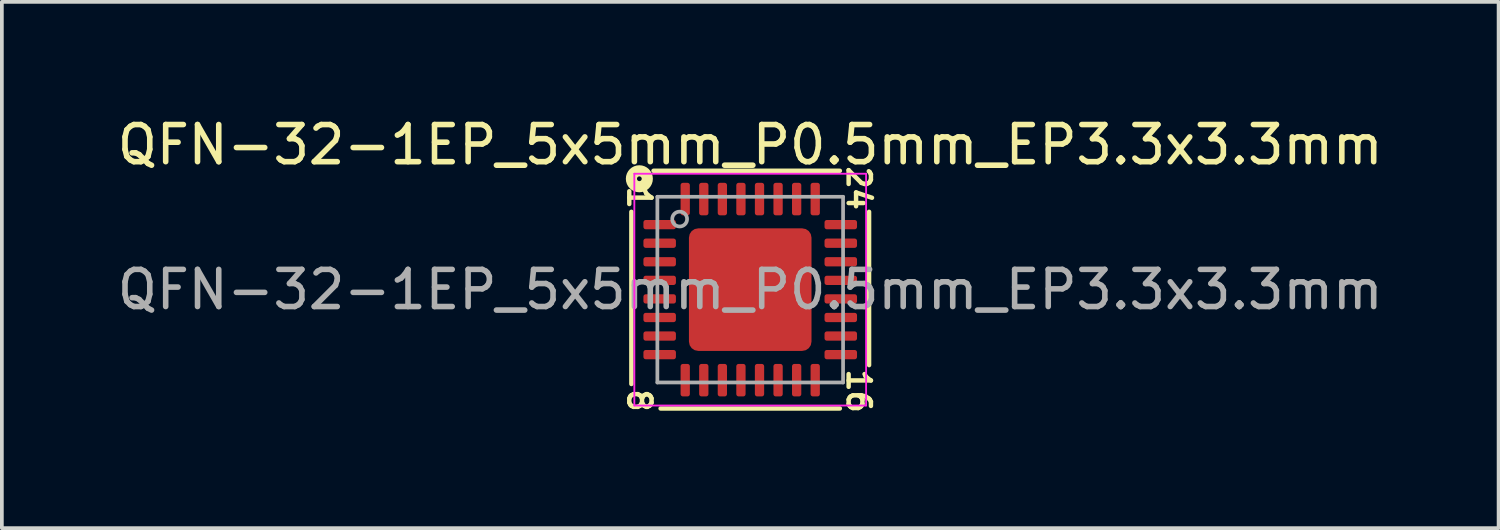
<source format=kicad_pcb>
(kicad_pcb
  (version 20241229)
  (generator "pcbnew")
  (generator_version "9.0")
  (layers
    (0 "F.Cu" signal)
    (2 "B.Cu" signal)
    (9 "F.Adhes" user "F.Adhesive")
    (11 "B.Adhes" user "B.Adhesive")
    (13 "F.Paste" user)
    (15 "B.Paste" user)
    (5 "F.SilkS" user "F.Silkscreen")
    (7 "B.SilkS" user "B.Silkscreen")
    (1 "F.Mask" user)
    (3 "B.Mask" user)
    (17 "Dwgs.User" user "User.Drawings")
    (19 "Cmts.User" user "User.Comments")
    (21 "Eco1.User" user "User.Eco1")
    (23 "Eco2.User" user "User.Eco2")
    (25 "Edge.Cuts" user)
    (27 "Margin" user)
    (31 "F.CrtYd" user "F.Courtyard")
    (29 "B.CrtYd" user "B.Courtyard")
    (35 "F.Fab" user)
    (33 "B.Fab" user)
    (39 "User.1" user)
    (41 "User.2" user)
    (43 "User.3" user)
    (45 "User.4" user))
  (footprint "QFN-32-1EP_5x5mm_P0.5mm_EP3.3x3.3mm"
    (layer "F.Cu")
    (at 17.149 4.748)
    (property "Reference" "QFN-32-1EP_5x5mm_P0.5mm_EP3.3x3.3mm" (at 0 -3.9 0) (layer "F.SilkS") (effects (font (size 1 1) (thickness 0.15))))
    (attr smd)
    (fp_line (start -3.2 -2.095) (end -3.2 2.54) (stroke (width 0.12) (type solid)) (layer "F.SilkS"))
    (fp_line (start -2.413 3.2) (end 2.413 3.2) (stroke (width 0.12) (type solid)) (layer "F.SilkS"))
    (fp_line (start 2.413 -3.2) (end -2.603 -3.2) (stroke (width 0.12) (type solid)) (layer "F.SilkS"))
    (fp_line (start 3.2 2.032) (end 3.2 -2.095) (stroke (width 0.12) (type solid)) (layer "F.SilkS"))
    (fp_circle (center -2.985 -2.985) (end -2.921 -2.985) (stroke (width 0.3) (type solid)) (fill no) (layer "F.SilkS"))
    (fp_line (start -3.12 -3.12) (end -3.12 3.12) (stroke (width 0.05) (type solid)) (layer "F.CrtYd"))
    (fp_line (start -3.12 3.12) (end 3.12 3.12) (stroke (width 0.05) (type solid)) (layer "F.CrtYd"))
    (fp_line (start 3.12 -3.12) (end -3.12 -3.12) (stroke (width 0.05) (type solid)) (layer "F.CrtYd"))
    (fp_line (start 3.12 3.12) (end 3.12 -3.12) (stroke (width 0.05) (type solid)) (layer "F.CrtYd"))
    (fp_line (start -2.5 -2.5) (end 2.5 -2.5) (stroke (width 0.1) (type solid)) (layer "F.Fab"))
    (fp_line (start -2.5 2.5) (end -2.5 -2.5) (stroke (width 0.1) (type solid)) (layer "F.Fab"))
    (fp_line (start 2.5 -2.5) (end 2.5 2.5) (stroke (width 0.1) (type solid)) (layer "F.Fab"))
    (fp_line (start 2.5 2.5) (end -2.5 2.5) (stroke (width 0.1) (type solid)) (layer "F.Fab"))
    (fp_circle (center -1.9 -1.9) (end -1.7 -1.9) (stroke (width 0.1) (type solid)) (fill no) (layer "F.Fab"))
    (fp_text user "1" (at -2.985 -2.477 270) (unlocked yes) (layer "F.SilkS") (effects (font (size 0.6 0.6) (thickness 0.12))))
    (fp_text user "8" (at -2.985 2.985 270) (unlocked yes) (layer "F.SilkS") (effects (font (size 0.6 0.6) (thickness 0.12))))
    (fp_text user "24" (at 2.921 -2.731 270) (unlocked yes) (layer "F.SilkS") (effects (font (size 0.6 0.6) (thickness 0.12))))
    (fp_text user "16" (at 2.921 2.731 270) (unlocked yes) (layer "F.SilkS") (effects (font (size 0.6 0.6) (thickness 0.12))))
    (fp_text user "${REFERENCE}" (at 0 0 0) (layer "F.Fab") (effects (font (size 1 1) (thickness 0.15))))
    (pad "" smd roundrect (at -1.1 -1.1) (size 0.89 0.89) (layers "F.Paste") (roundrect_rratio 0.25))
    (pad "" smd roundrect (at -1.1 0) (size 0.89 0.89) (layers "F.Paste") (roundrect_rratio 0.25))
    (pad "" smd roundrect (at -1.1 1.1) (size 0.89 0.89) (layers "F.Paste") (roundrect_rratio 0.25))
    (pad "" smd roundrect (at 0 -1.1) (size 0.89 0.89) (layers "F.Paste") (roundrect_rratio 0.25))
    (pad "" smd roundrect (at 0 0) (size 0.89 0.89) (layers "F.Paste") (roundrect_rratio 0.25))
    (pad "" smd roundrect (at 0 1.1) (size 0.89 0.89) (layers "F.Paste") (roundrect_rratio 0.25))
    (pad "" smd roundrect (at 1.1 -1.1) (size 0.89 0.89) (layers "F.Paste") (roundrect_rratio 0.25))
    (pad "" smd roundrect (at 1.1 0) (size 0.89 0.89) (layers "F.Paste") (roundrect_rratio 0.25))
    (pad "" smd roundrect (at 1.1 1.1) (size 0.89 0.89) (layers "F.Paste") (roundrect_rratio 0.25))
    (pad "1" smd roundrect (at -2.438 -1.75) (size 0.875 0.25) (layers "F.Cu" "F.Mask" "F.Paste") (roundrect_rratio 0.25))
    (pad "2" smd roundrect (at -2.438 -1.25) (size 0.875 0.25) (layers "F.Cu" "F.Mask" "F.Paste") (roundrect_rratio 0.25))
    (pad "3" smd roundrect (at -2.438 -0.75) (size 0.875 0.25) (layers "F.Cu" "F.Mask" "F.Paste") (roundrect_rratio 0.25))
    (pad "4" smd roundrect (at -2.438 -0.25) (size 0.875 0.25) (layers "F.Cu" "F.Mask" "F.Paste") (roundrect_rratio 0.25))
    (pad "5" smd roundrect (at -2.438 0.25) (size 0.875 0.25) (layers "F.Cu" "F.Mask" "F.Paste") (roundrect_rratio 0.25))
    (pad "6" smd roundrect (at -2.438 0.75) (size 0.875 0.25) (layers "F.Cu" "F.Mask" "F.Paste") (roundrect_rratio 0.25))
    (pad "7" smd roundrect (at -2.438 1.25) (size 0.875 0.25) (layers "F.Cu" "F.Mask" "F.Paste") (roundrect_rratio 0.25))
    (pad "8" smd roundrect (at -2.438 1.75) (size 0.875 0.25) (layers "F.Cu" "F.Mask" "F.Paste") (roundrect_rratio 0.25))
    (pad "9" smd roundrect (at -1.75 2.438) (size 0.25 0.875) (layers "F.Cu" "F.Mask" "F.Paste") (roundrect_rratio 0.25))
    (pad "10" smd roundrect (at -1.25 2.438) (size 0.25 0.875) (layers "F.Cu" "F.Mask" "F.Paste") (roundrect_rratio 0.25))
    (pad "11" smd roundrect (at -0.75 2.438) (size 0.25 0.875) (layers "F.Cu" "F.Mask" "F.Paste") (roundrect_rratio 0.25))
    (pad "12" smd roundrect (at -0.25 2.438) (size 0.25 0.875) (layers "F.Cu" "F.Mask" "F.Paste") (roundrect_rratio 0.25))
    (pad "13" smd roundrect (at 0.25 2.438) (size 0.25 0.875) (layers "F.Cu" "F.Mask" "F.Paste") (roundrect_rratio 0.25))
    (pad "14" smd roundrect (at 0.75 2.438) (size 0.25 0.875) (layers "F.Cu" "F.Mask" "F.Paste") (roundrect_rratio 0.25))
    (pad "15" smd roundrect (at 1.25 2.438) (size 0.25 0.875) (layers "F.Cu" "F.Mask" "F.Paste") (roundrect_rratio 0.25))
    (pad "16" smd roundrect (at 1.75 2.438) (size 0.25 0.875) (layers "F.Cu" "F.Mask" "F.Paste") (roundrect_rratio 0.25))
    (pad "17" smd roundrect (at 2.438 1.75) (size 0.875 0.25) (layers "F.Cu" "F.Mask" "F.Paste") (roundrect_rratio 0.25))
    (pad "18" smd roundrect (at 2.438 1.25) (size 0.875 0.25) (layers "F.Cu" "F.Mask" "F.Paste") (roundrect_rratio 0.25))
    (pad "19" smd roundrect (at 2.438 0.75) (size 0.875 0.25) (layers "F.Cu" "F.Mask" "F.Paste") (roundrect_rratio 0.25))
    (pad "20" smd roundrect (at 2.438 0.25) (size 0.875 0.25) (layers "F.Cu" "F.Mask" "F.Paste") (roundrect_rratio 0.25))
    (pad "21" smd roundrect (at 2.438 -0.25) (size 0.875 0.25) (layers "F.Cu" "F.Mask" "F.Paste") (roundrect_rratio 0.25))
    (pad "22" smd roundrect (at 2.438 -0.75) (size 0.875 0.25) (layers "F.Cu" "F.Mask" "F.Paste") (roundrect_rratio 0.25))
    (pad "23" smd roundrect (at 2.438 -1.25) (size 0.875 0.25) (layers "F.Cu" "F.Mask" "F.Paste") (roundrect_rratio 0.25))
    (pad "24" smd roundrect (at 2.438 -1.75) (size 0.875 0.25) (layers "F.Cu" "F.Mask" "F.Paste") (roundrect_rratio 0.25))
    (pad "25" smd roundrect (at 1.75 -2.438) (size 0.25 0.875) (layers "F.Cu" "F.Mask" "F.Paste") (roundrect_rratio 0.25))
    (pad "26" smd roundrect (at 1.25 -2.438) (size 0.25 0.875) (layers "F.Cu" "F.Mask" "F.Paste") (roundrect_rratio 0.25))
    (pad "27" smd roundrect (at 0.75 -2.438) (size 0.25 0.875) (layers "F.Cu" "F.Mask" "F.Paste") (roundrect_rratio 0.25))
    (pad "28" smd roundrect (at 0.25 -2.438) (size 0.25 0.875) (layers "F.Cu" "F.Mask" "F.Paste") (roundrect_rratio 0.25))
    (pad "29" smd roundrect (at -0.25 -2.438) (size 0.25 0.875) (layers "F.Cu" "F.Mask" "F.Paste") (roundrect_rratio 0.25))
    (pad "30" smd roundrect (at -0.75 -2.438) (size 0.25 0.875) (layers "F.Cu" "F.Mask" "F.Paste") (roundrect_rratio 0.25))
    (pad "31" smd roundrect (at -1.25 -2.438) (size 0.25 0.875) (layers "F.Cu" "F.Mask" "F.Paste") (roundrect_rratio 0.25))
    (pad "32" smd roundrect (at -1.75 -2.438) (size 0.25 0.875) (layers "F.Cu" "F.Mask" "F.Paste") (roundrect_rratio 0.25))
    (pad "33" smd roundrect (at 0 0) (size 3.3 3.3) (layers "F.Cu" "F.Mask") (roundrect_rratio 0.076)))
  (gr_rect
    (start -3 -3)
    (end 37.298 11.17)
    (stroke (width 0.1) (type default))
    (fill no)
    (layer "Edge.Cuts")))
</source>
